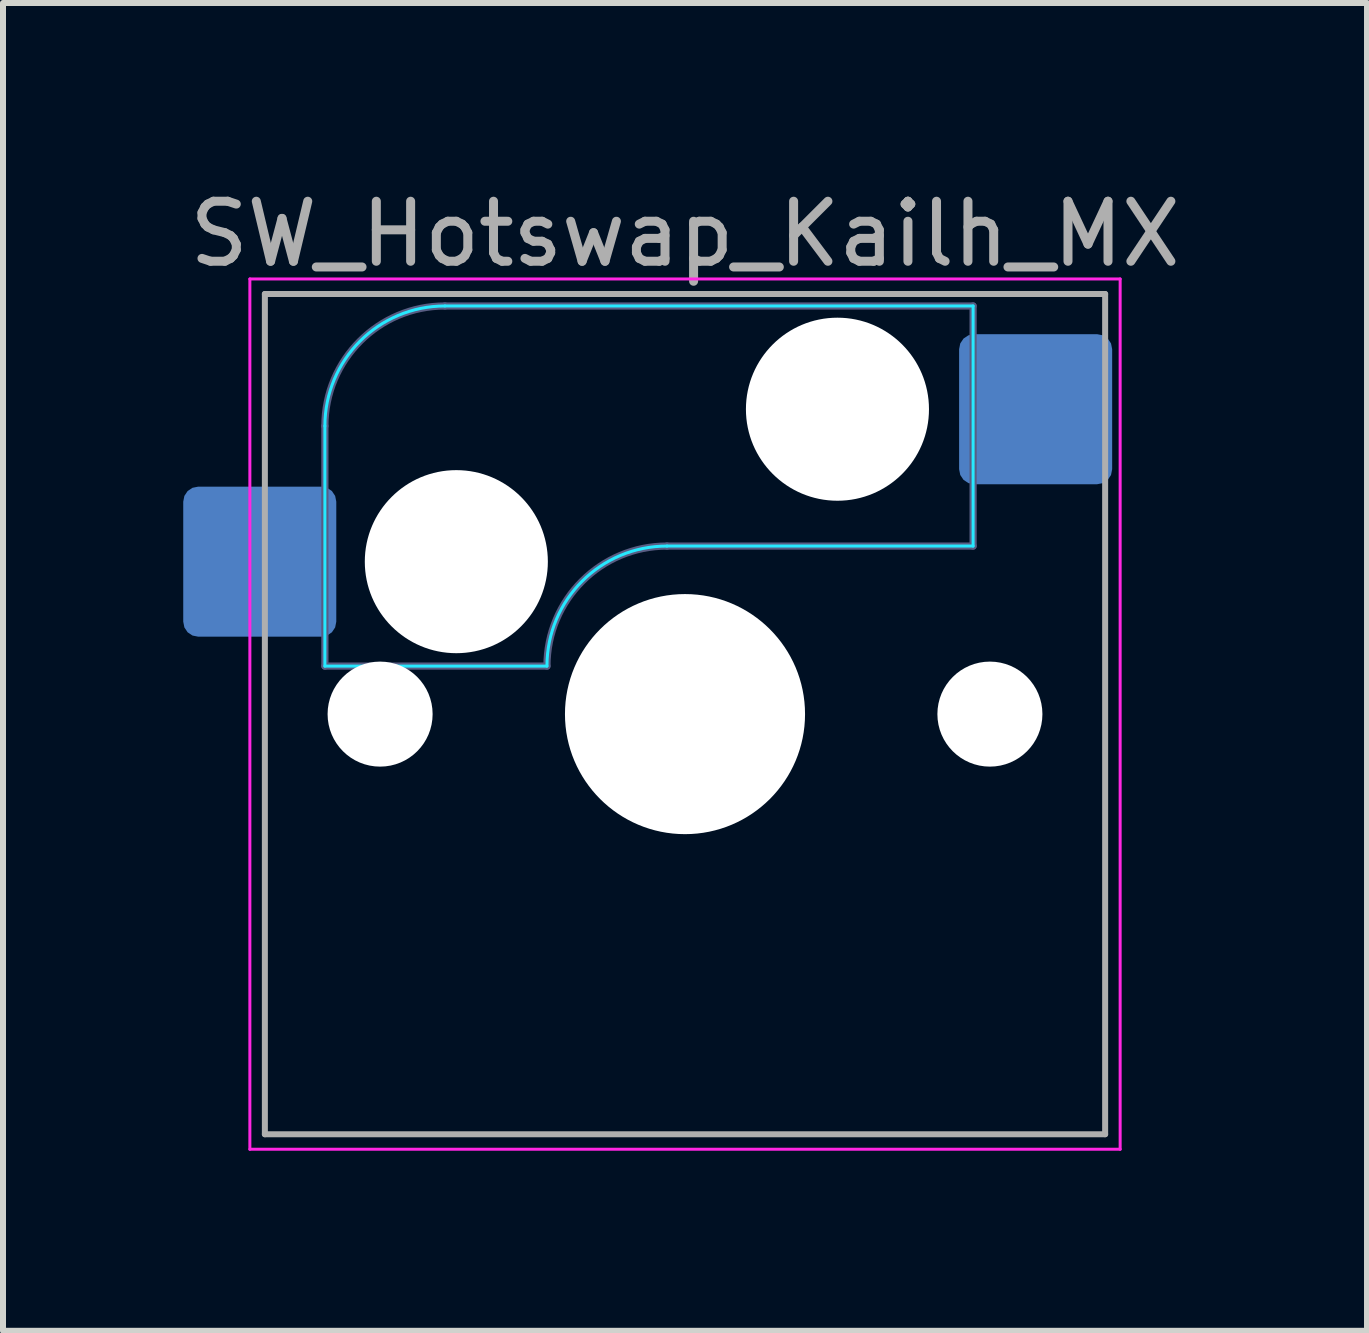
<source format=kicad_pcb>
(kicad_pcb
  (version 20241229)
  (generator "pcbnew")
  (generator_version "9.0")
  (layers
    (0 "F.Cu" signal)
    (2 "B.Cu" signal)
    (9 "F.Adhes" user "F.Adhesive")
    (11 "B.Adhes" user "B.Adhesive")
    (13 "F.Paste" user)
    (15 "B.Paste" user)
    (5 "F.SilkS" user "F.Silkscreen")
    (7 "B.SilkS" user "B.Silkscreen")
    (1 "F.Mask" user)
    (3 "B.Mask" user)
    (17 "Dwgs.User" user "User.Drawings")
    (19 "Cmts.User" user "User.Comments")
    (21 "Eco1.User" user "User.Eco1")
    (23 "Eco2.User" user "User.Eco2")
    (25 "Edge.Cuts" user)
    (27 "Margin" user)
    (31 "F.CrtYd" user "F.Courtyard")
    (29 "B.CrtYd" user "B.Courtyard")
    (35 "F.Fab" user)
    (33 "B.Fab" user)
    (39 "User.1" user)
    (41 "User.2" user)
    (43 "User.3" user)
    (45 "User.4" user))
  (footprint "SW_Hotswap_Kailh_MX"
    (layer "F.Cu")
    (at 8.363 8.848)
    (property "Reference" "SW_Hotswap_Kailh_MX" (at 0 -8 0) (layer "F.Fab") (effects (font (size 1 1) (thickness 0.15))))
    (attr smd)
    (fp_line (start -7.8 -6) (end -7 -6) (stroke (width 0.1) (type solid)) (layer "Eco1.User"))
    (fp_line (start -7.8 -2.9) (end -7.8 -6) (stroke (width 0.1) (type solid)) (layer "Eco1.User"))
    (fp_line (start -7.8 2.9) (end -7 2.9) (stroke (width 0.1) (type solid)) (layer "Eco1.User"))
    (fp_line (start -7.8 6) (end -7.8 2.9) (stroke (width 0.1) (type solid)) (layer "Eco1.User"))
    (fp_line (start -7 -7) (end 7 -7) (stroke (width 0.1) (type solid)) (layer "Eco1.User"))
    (fp_line (start -7 -6) (end -7 -7) (stroke (width 0.1) (type solid)) (layer "Eco1.User"))
    (fp_line (start -7 -2.9) (end -7.8 -2.9) (stroke (width 0.1) (type solid)) (layer "Eco1.User"))
    (fp_line (start -7 2.9) (end -7 -2.9) (stroke (width 0.1) (type solid)) (layer "Eco1.User"))
    (fp_line (start -7 6) (end -7.8 6) (stroke (width 0.1) (type solid)) (layer "Eco1.User"))
    (fp_line (start -7 7) (end -7 6) (stroke (width 0.1) (type solid)) (layer "Eco1.User"))
    (fp_line (start 7 -7) (end 7 -6) (stroke (width 0.1) (type solid)) (layer "Eco1.User"))
    (fp_line (start 7 -6) (end 7.8 -6) (stroke (width 0.1) (type solid)) (layer "Eco1.User"))
    (fp_line (start 7 -2.9) (end 7 2.9) (stroke (width 0.1) (type solid)) (layer "Eco1.User"))
    (fp_line (start 7 2.9) (end 7.8 2.9) (stroke (width 0.1) (type solid)) (layer "Eco1.User"))
    (fp_line (start 7 6) (end 7 7) (stroke (width 0.1) (type solid)) (layer "Eco1.User"))
    (fp_line (start 7 7) (end -7 7) (stroke (width 0.1) (type solid)) (layer "Eco1.User"))
    (fp_line (start 7.8 -6) (end 7.8 -2.9) (stroke (width 0.1) (type solid)) (layer "Eco1.User"))
    (fp_line (start 7.8 -2.9) (end 7 -2.9) (stroke (width 0.1) (type solid)) (layer "Eco1.User"))
    (fp_line (start 7.8 2.9) (end 7.8 6) (stroke (width 0.1) (type solid)) (layer "Eco1.User"))
    (fp_line (start 7.8 6) (end 7 6) (stroke (width 0.1) (type solid)) (layer "Eco1.User"))
    (fp_line (start -6 -0.8) (end -6 -4.8) (stroke (width 0.05) (type solid)) (layer "B.CrtYd"))
    (fp_line (start -6 -0.8) (end -2.3 -0.8) (stroke (width 0.05) (type solid)) (layer "B.CrtYd"))
    (fp_line (start -4 -6.8) (end 4.8 -6.8) (stroke (width 0.05) (type solid)) (layer "B.CrtYd"))
    (fp_line (start -0.3 -2.8) (end 4.8 -2.8) (stroke (width 0.05) (type solid)) (layer "B.CrtYd"))
    (fp_line (start 4.8 -6.8) (end 4.8 -2.8) (stroke (width 0.05) (type solid)) (layer "B.CrtYd"))
    (fp_arc (start -6 -4.8) (mid -5.414214 -6.214214) (end -4 -6.8) (stroke (width 0.05) (type solid)) (layer "B.CrtYd"))
    (fp_arc (start -2.3 -0.8) (mid -1.714214 -2.214214) (end -0.3 -2.8) (stroke (width 0.05) (type solid)) (layer "B.CrtYd"))
    (fp_line (start -7.25 -7.25) (end -7.25 7.25) (stroke (width 0.05) (type solid)) (layer "F.CrtYd"))
    (fp_line (start -7.25 7.25) (end 7.25 7.25) (stroke (width 0.05) (type solid)) (layer "F.CrtYd"))
    (fp_line (start 7.25 -7.25) (end -7.25 -7.25) (stroke (width 0.05) (type solid)) (layer "F.CrtYd"))
    (fp_line (start 7.25 7.25) (end 7.25 -7.25) (stroke (width 0.05) (type solid)) (layer "F.CrtYd"))
    (fp_line (start -6 -0.8) (end -6 -4.8) (stroke (width 0.12) (type solid)) (layer "B.Fab"))
    (fp_line (start -6 -0.8) (end -2.3 -0.8) (stroke (width 0.12) (type solid)) (layer "B.Fab"))
    (fp_line (start -4 -6.8) (end 4.8 -6.8) (stroke (width 0.12) (type solid)) (layer "B.Fab"))
    (fp_line (start -0.3 -2.8) (end 4.8 -2.8) (stroke (width 0.12) (type solid)) (layer "B.Fab"))
    (fp_line (start 4.8 -6.8) (end 4.8 -2.8) (stroke (width 0.12) (type solid)) (layer "B.Fab"))
    (fp_arc (start -6 -4.8) (mid -5.414214 -6.214214) (end -4 -6.8) (stroke (width 0.12) (type solid)) (layer "B.Fab"))
    (fp_arc (start -2.3 -0.8) (mid -1.714214 -2.214214) (end -0.3 -2.8) (stroke (width 0.12) (type solid)) (layer "B.Fab"))
    (fp_line (start -7 -7) (end -7 7) (stroke (width 0.1) (type solid)) (layer "F.Fab"))
    (fp_line (start -7 7) (end 7 7) (stroke (width 0.1) (type solid)) (layer "F.Fab"))
    (fp_line (start 7 -7) (end -7 -7) (stroke (width 0.1) (type solid)) (layer "F.Fab"))
    (fp_line (start 7 7) (end 7 -7) (stroke (width 0.1) (type solid)) (layer "F.Fab"))
    (pad "" np_thru_hole circle (at -5.08 0) (size 1.75 1.75) (drill 1.75) (layers "*.Cu" "*.Mask"))
    (pad "" np_thru_hole circle (at -3.81 -2.54) (size 3.05 3.05) (drill 3.05) (layers "*.Cu" "*.Mask"))
    (pad "" np_thru_hole circle (at 0 0) (size 4 4) (drill 4) (layers "*.Cu" "*.Mask"))
    (pad "" np_thru_hole circle (at 2.54 -5.08) (size 3.05 3.05) (drill 3.05) (layers "*.Cu" "*.Mask"))
    (pad "" np_thru_hole circle (at 5.08 0) (size 1.75 1.75) (drill 1.75) (layers "*.Cu" "*.Mask"))
    (pad "1" smd roundrect (at -7.085 -2.54) (size 2.55 2.5) (layers "B.Cu" "B.Mask" "B.Paste") (roundrect_rratio 0.1))
    (pad "2" smd roundrect (at 5.842 -5.08) (size 2.55 2.5) (layers "B.Cu" "B.Mask" "B.Paste") (roundrect_rratio 0.1)))
  (gr_rect
    (start -3 -3)
    (end 19.726 19.123)
    (stroke (width 0.1) (type default))
    (fill no)
    (layer "Edge.Cuts")))
</source>
